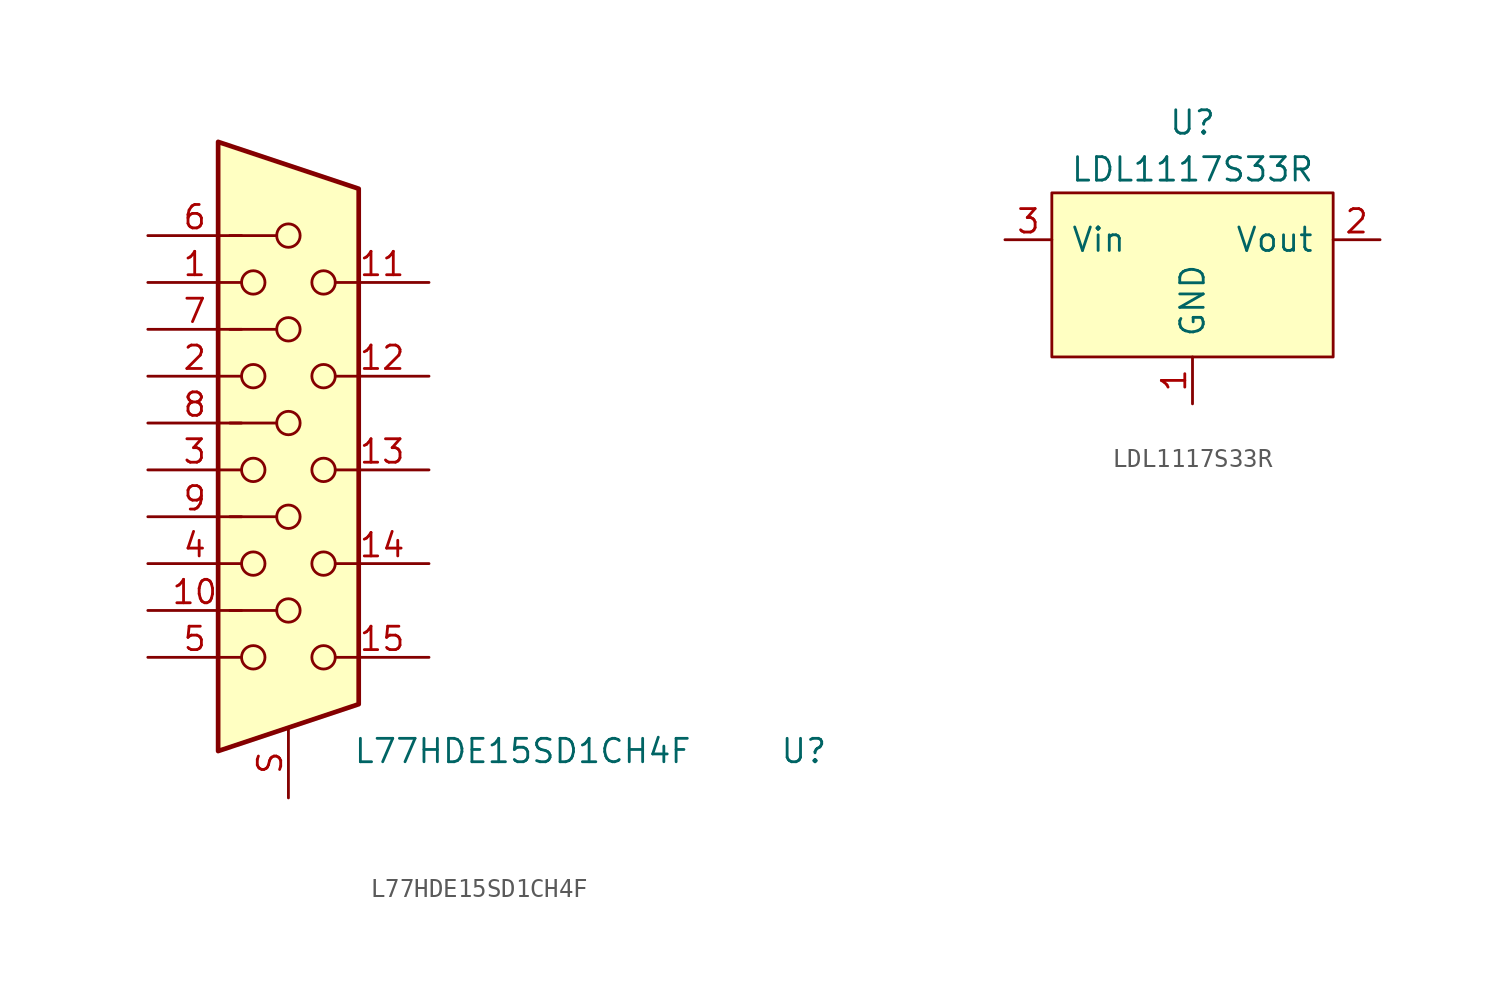
<source format=kicad_sym>
(kicad_symbol_lib
  (version 20211014)
  (generator kicad_symbol_editor)
  (symbol "L77HDE15SD1CH4F"
    (pin_names
      (offset 1.016))
    (property "Reference" "U"
      (at 27.94 -15.24 0)
      (effects (font (size 1.27 1.27))))
    (property "Value" "L77HDE15SD1CH4F"
      (at 12.7 -15.24 0)
      (effects (font (size 1.27 1.27))))
    (symbol "L77HDE15SD1CH4F_1_1"
      (circle (center -1.905 -10.16) (radius 0.635) (stroke (width 0) (type default) (color 0 0 0 0)) (fill (type none)))
      (circle (center -1.905 -5.08) (radius 0.635) (stroke (width 0) (type default) (color 0 0 0 0)) (fill (type none)))
      (circle (center -1.905 0) (radius 0.635) (stroke (width 0) (type default) (color 0 0 0 0)) (fill (type none)))
      (circle (center -1.905 5.08) (radius 0.635) (stroke (width 0) (type default) (color 0 0 0 0)) (fill (type none)))
      (circle (center -1.905 10.16) (radius 0.635) (stroke (width 0) (type default) (color 0 0 0 0)) (fill (type none)))
      (circle (center 0 -7.62) (radius 0.635) (stroke (width 0) (type default) (color 0 0 0 0)) (fill (type none)))
      (circle (center 0 -2.54) (radius 0.635) (stroke (width 0) (type default) (color 0 0 0 0)) (fill (type none)))
      (polyline (pts (xy -3.175 7.62) (xy -0.635 7.62)) (stroke (width 0) (type default) (color 0 0 0 0)) (fill (type none)))
      (polyline (pts (xy -0.635 -7.62) (xy -3.175 -7.62)) (stroke (width 0) (type default) (color 0 0 0 0)) (fill (type none)))
      (polyline (pts (xy -0.635 -2.54) (xy -3.175 -2.54)) (stroke (width 0) (type default) (color 0 0 0 0)) (fill (type none)))
      (polyline (pts (xy -0.635 2.54) (xy -3.175 2.54)) (stroke (width 0) (type default) (color 0 0 0 0)) (fill (type none)))
      (polyline (pts (xy -0.635 12.7) (xy -3.175 12.7)) (stroke (width 0) (type default) (color 0 0 0 0)) (fill (type none)))
      (polyline (pts (xy -3.81 17.78) (xy -3.81 -15.24) (xy 3.81 -12.7) (xy 3.81 15.24) (xy -3.81 17.78)) (stroke (width 0.254) (type default) (color 0 0 0 0)) (fill (type background)))
      (circle (center 0 2.54) (radius 0.635) (stroke (width 0) (type default) (color 0 0 0 0)) (fill (type none)))
      (circle (center 0 7.62) (radius 0.635) (stroke (width 0) (type default) (color 0 0 0 0)) (fill (type none)))
      (circle (center 0 12.7) (radius 0.635) (stroke (width 0) (type default) (color 0 0 0 0)) (fill (type none)))
      (circle (center 1.905 -10.16) (radius 0.635) (stroke (width 0) (type default) (color 0 0 0 0)) (fill (type none)))
      (circle (center 1.905 -5.08) (radius 0.635) (stroke (width 0) (type default) (color 0 0 0 0)) (fill (type none)))
      (circle (center 1.905 0) (radius 0.635) (stroke (width 0) (type default) (color 0 0 0 0)) (fill (type none)))
      (circle (center 1.905 5.08) (radius 0.635) (stroke (width 0) (type default) (color 0 0 0 0)) (fill (type none)))
      (circle (center 1.905 10.16) (radius 0.635) (stroke (width 0) (type default) (color 0 0 0 0)) (fill (type none)))
      (pin passive line (at -7.62 10.16 0) (length 5.08) (name "~" (effects (font (size 1.27 1.27)))) (number "1" (effects (font (size 1.27 1.27)))))
      (pin passive line (at -7.62 -7.62 0) (length 5.08) (name "~" (effects (font (size 1.27 1.27)))) (number "10" (effects (font (size 1.27 1.27)))))
      (pin passive line (at 7.62 10.16 180) (length 5.08) (name "~" (effects (font (size 1.27 1.27)))) (number "11" (effects (font (size 1.27 1.27)))))
      (pin passive line (at 7.62 5.08 180) (length 5.08) (name "~" (effects (font (size 1.27 1.27)))) (number "12" (effects (font (size 1.27 1.27)))))
      (pin passive line (at 7.62 0 180) (length 5.08) (name "~" (effects (font (size 1.27 1.27)))) (number "13" (effects (font (size 1.27 1.27)))))
      (pin passive line (at 7.62 -5.08 180) (length 5.08) (name "~" (effects (font (size 1.27 1.27)))) (number "14" (effects (font (size 1.27 1.27)))))
      (pin passive line (at 7.62 -10.16 180) (length 5.08) (name "~" (effects (font (size 1.27 1.27)))) (number "15" (effects (font (size 1.27 1.27)))))
      (pin passive line (at -7.62 5.08 0) (length 5.08) (name "~" (effects (font (size 1.27 1.27)))) (number "2" (effects (font (size 1.27 1.27)))))
      (pin passive line (at -7.62 0 0) (length 5.08) (name "~" (effects (font (size 1.27 1.27)))) (number "3" (effects (font (size 1.27 1.27)))))
      (pin passive line (at -7.62 -5.08 0) (length 5.08) (name "~" (effects (font (size 1.27 1.27)))) (number "4" (effects (font (size 1.27 1.27)))))
      (pin passive line (at -7.62 -10.16 0) (length 5.08) (name "~" (effects (font (size 1.27 1.27)))) (number "5" (effects (font (size 1.27 1.27)))))
      (pin passive line (at -7.62 12.7 0) (length 5.08) (name "~" (effects (font (size 1.27 1.27)))) (number "6" (effects (font (size 1.27 1.27)))))
      (pin passive line (at -7.62 7.62 0) (length 5.08) (name "~" (effects (font (size 1.27 1.27)))) (number "7" (effects (font (size 1.27 1.27)))))
      (pin passive line (at -7.62 2.54 0) (length 5.08) (name "~" (effects (font (size 1.27 1.27)))) (number "8" (effects (font (size 1.27 1.27)))))
      (pin passive line (at -7.62 -2.54 0) (length 5.08) (name "~" (effects (font (size 1.27 1.27)))) (number "9" (effects (font (size 1.27 1.27)))))
      (pin passive line (at 0 -17.78 90) (length 3.81) (name "~" (effects (font (size 1.27 1.27)))) (number "S" (effects (font (size 1.27 1.27)))))))
  (symbol "LDL1117S33R"
    (pin_names
      (offset 1.016))
    (property "Reference" "U"
      (at 0 6.35 0)
      (effects (font (size 1.27 1.27))))
    (property "Value" "LDL1117S33R"
      (at 0 3.81 0)
      (effects (font (size 1.27 1.27))))
    (symbol "LDL1117S33R_0_1"
      (rectangle (start -7.62 2.54) (end 7.62 -6.35) (stroke (width 0) (type default) (color 0 0 0 0)) (fill (type background))))
    (symbol "LDL1117S33R_1_1"
      (pin power_in line (at 0 -8.89 90) (length 2.54) (name "GND" (effects (font (size 1.27 1.27)))) (number "1" (effects (font (size 1.27 1.27)))))
      (pin power_out line (at 10.16 0 180) (length 2.54) (name "Vout" (effects (font (size 1.27 1.27)))) (number "2" (effects (font (size 1.27 1.27)))))
      (pin power_in line (at -10.16 0 0) (length 2.54) (name "Vin" (effects (font (size 1.27 1.27)))) (number "3" (effects (font (size 1.27 1.27))))))))
</source>
